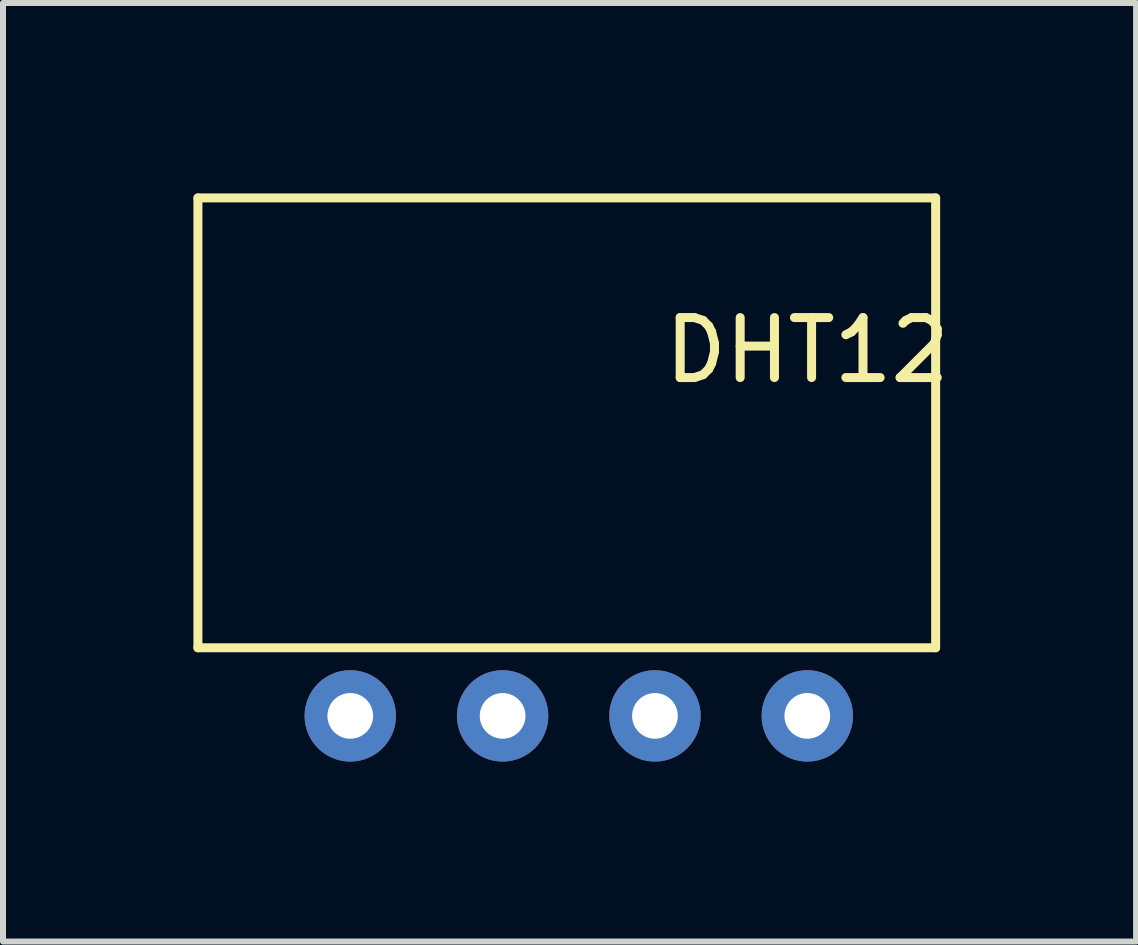
<source format=kicad_pcb>
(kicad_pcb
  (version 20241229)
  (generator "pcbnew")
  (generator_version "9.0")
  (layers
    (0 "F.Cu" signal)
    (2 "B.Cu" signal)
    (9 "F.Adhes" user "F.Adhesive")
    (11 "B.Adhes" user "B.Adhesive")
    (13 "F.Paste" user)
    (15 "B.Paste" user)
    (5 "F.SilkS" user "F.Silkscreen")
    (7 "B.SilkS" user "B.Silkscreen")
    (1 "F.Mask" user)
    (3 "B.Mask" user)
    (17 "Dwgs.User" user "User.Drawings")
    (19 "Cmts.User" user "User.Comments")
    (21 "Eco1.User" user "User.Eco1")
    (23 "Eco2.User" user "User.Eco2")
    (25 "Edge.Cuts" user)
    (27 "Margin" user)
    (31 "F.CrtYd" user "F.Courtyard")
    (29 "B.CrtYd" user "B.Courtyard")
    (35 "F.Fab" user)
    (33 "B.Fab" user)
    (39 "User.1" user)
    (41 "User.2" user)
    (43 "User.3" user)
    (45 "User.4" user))
  (footprint "DHT12"
    (layer "F.Cu")
    (at 0.25 0.25)
    (property "Reference" "DHT12" (at 10.16 2.54 0) (layer "F.SilkS") (effects (font (size 1 1) (thickness 0.15))))
    (attr through_hole)
    (fp_line (start 0 0) (end 0 7.5) (stroke (width 0.15) (type solid)) (layer "F.SilkS"))
    (fp_line (start 0 0) (end 12.3 0) (stroke (width 0.15) (type solid)) (layer "F.SilkS"))
    (fp_line (start 0 7.5) (end 12.3 7.5) (stroke (width 0.15) (type solid)) (layer "F.SilkS"))
    (fp_line (start 12.3 0) (end 12.3 7.5) (stroke (width 0.15) (type solid)) (layer "F.SilkS"))
    (pad "1" thru_hole circle (at 2.54 8.636) (size 1.524 1.524) (drill 0.762) (layers "*.Cu" "*.Mask"))
    (pad "2" thru_hole circle (at 5.08 8.636) (size 1.524 1.524) (drill 0.762) (layers "*.Cu" "*.Mask"))
    (pad "3" thru_hole circle (at 7.62 8.636) (size 1.524 1.524) (drill 0.762) (layers "*.Cu" "*.Mask"))
    (pad "4" thru_hole circle (at 10.16 8.636) (size 1.524 1.524) (drill 0.762) (layers "*.Cu" "*.Mask")))
  (gr_rect
    (start -3 -3)
    (end 15.892 12.648)
    (stroke (width 0.1) (type default))
    (fill no)
    (layer "Edge.Cuts")))
</source>
